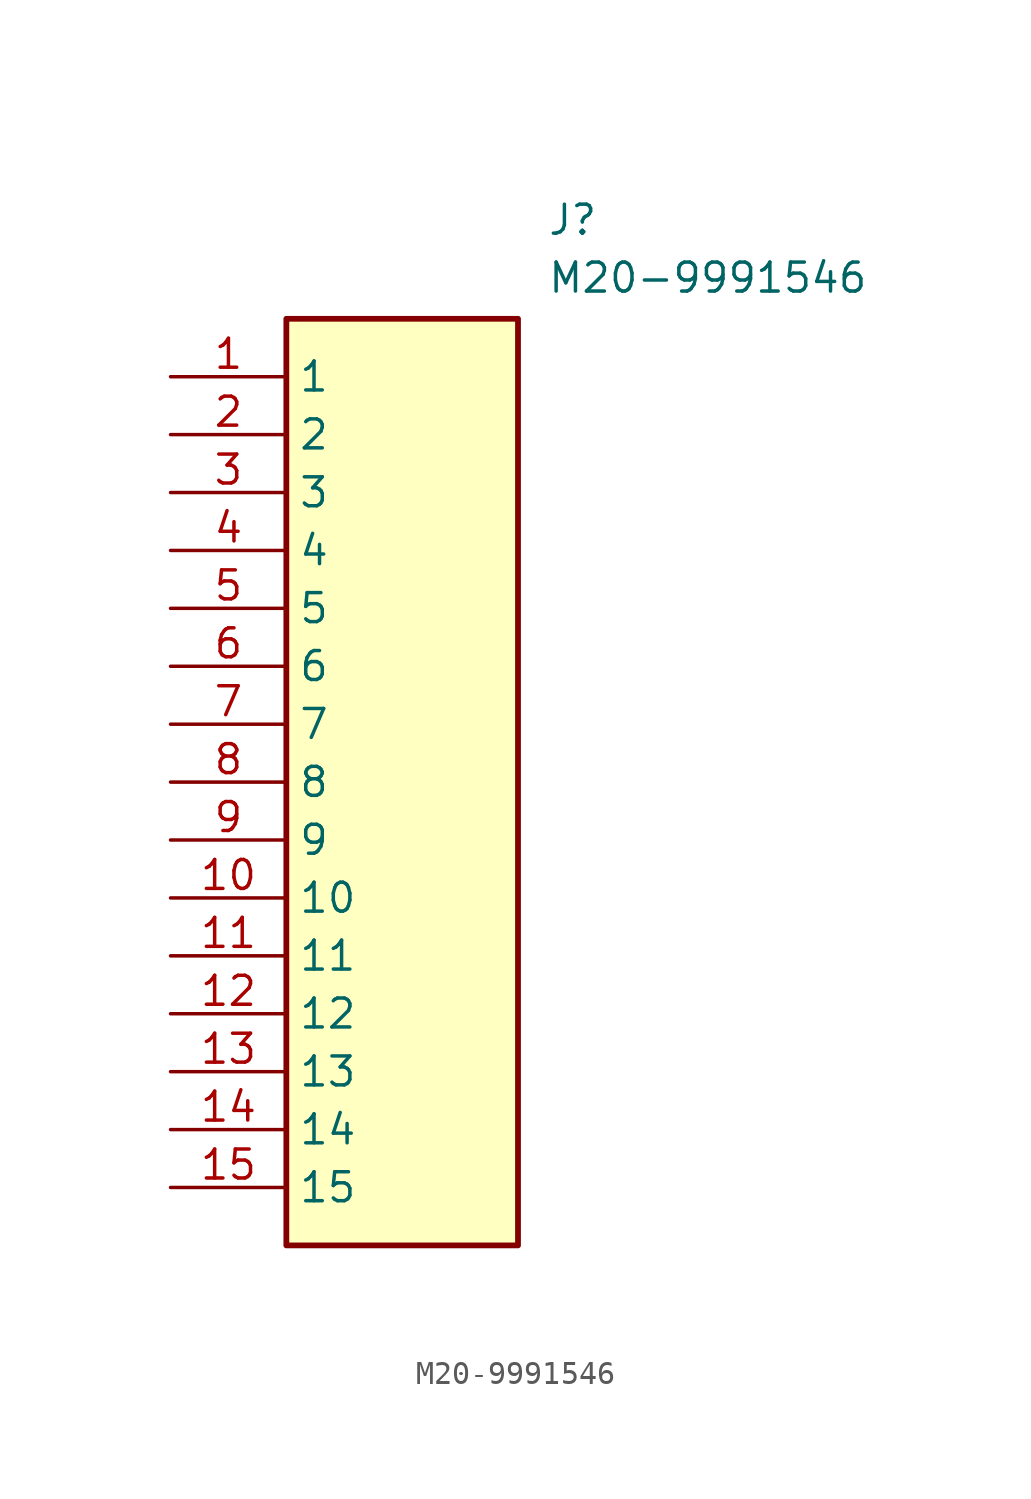
<source format=kicad_sym>
(kicad_symbol_lib
  (version 20211014)
  (generator SamacSys_ECAD_Model)
  (symbol "M20-9991546"
    (property "Reference" "J"
      (at 16.51 7.62 0)
      (effects (font (size 1.27 1.27)) (justify left top)))
    (property "Value" "M20-9991546"
      (at 16.51 5.08 0)
      (effects (font (size 1.27 1.27)) (justify left top)))
    (rectangle
      (start 5.08 2.54)
      (end 15.24 -38.1)
      (stroke (width 0.254) (type default))
      (fill (type background)))
    (pin passive line
      (at 0 0 0)
      (length 5.08)
      (name "1" (effects (font (size 1.27 1.27))))
      (number "1" (effects (font (size 1.27 1.27)))))
    (pin passive line
      (at 0 -2.54 0)
      (length 5.08)
      (name "2" (effects (font (size 1.27 1.27))))
      (number "2" (effects (font (size 1.27 1.27)))))
    (pin passive line
      (at 0 -5.08 0)
      (length 5.08)
      (name "3" (effects (font (size 1.27 1.27))))
      (number "3" (effects (font (size 1.27 1.27)))))
    (pin passive line
      (at 0 -7.62 0)
      (length 5.08)
      (name "4" (effects (font (size 1.27 1.27))))
      (number "4" (effects (font (size 1.27 1.27)))))
    (pin passive line
      (at 0 -10.16 0)
      (length 5.08)
      (name "5" (effects (font (size 1.27 1.27))))
      (number "5" (effects (font (size 1.27 1.27)))))
    (pin passive line
      (at 0 -12.7 0)
      (length 5.08)
      (name "6" (effects (font (size 1.27 1.27))))
      (number "6" (effects (font (size 1.27 1.27)))))
    (pin passive line
      (at 0 -15.24 0)
      (length 5.08)
      (name "7" (effects (font (size 1.27 1.27))))
      (number "7" (effects (font (size 1.27 1.27)))))
    (pin passive line
      (at 0 -17.78 0)
      (length 5.08)
      (name "8" (effects (font (size 1.27 1.27))))
      (number "8" (effects (font (size 1.27 1.27)))))
    (pin passive line
      (at 0 -20.32 0)
      (length 5.08)
      (name "9" (effects (font (size 1.27 1.27))))
      (number "9" (effects (font (size 1.27 1.27)))))
    (pin passive line
      (at 0 -22.86 0)
      (length 5.08)
      (name "10" (effects (font (size 1.27 1.27))))
      (number "10" (effects (font (size 1.27 1.27)))))
    (pin passive line
      (at 0 -25.4 0)
      (length 5.08)
      (name "11" (effects (font (size 1.27 1.27))))
      (number "11" (effects (font (size 1.27 1.27)))))
    (pin passive line
      (at 0 -27.94 0)
      (length 5.08)
      (name "12" (effects (font (size 1.27 1.27))))
      (number "12" (effects (font (size 1.27 1.27)))))
    (pin passive line
      (at 0 -30.48 0)
      (length 5.08)
      (name "13" (effects (font (size 1.27 1.27))))
      (number "13" (effects (font (size 1.27 1.27)))))
    (pin passive line
      (at 0 -33.02 0)
      (length 5.08)
      (name "14" (effects (font (size 1.27 1.27))))
      (number "14" (effects (font (size 1.27 1.27)))))
    (pin passive line
      (at 0 -35.56 0)
      (length 5.08)
      (name "15" (effects (font (size 1.27 1.27))))
      (number "15" (effects (font (size 1.27 1.27)))))))
</source>
